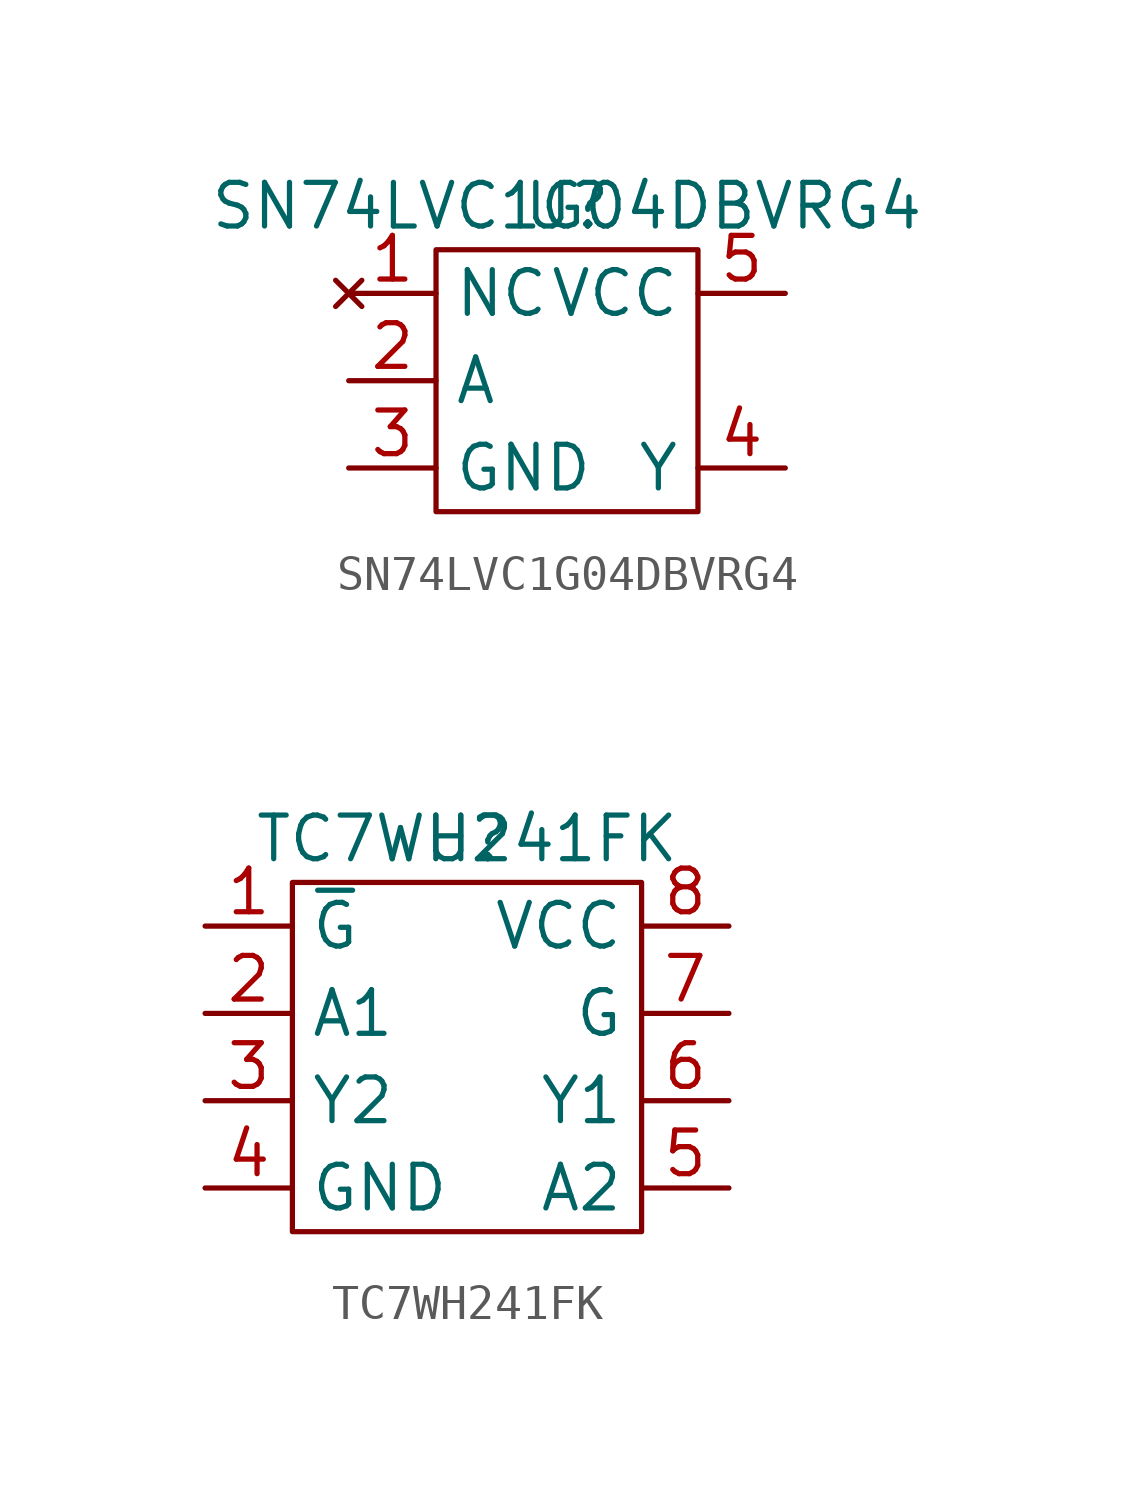
<source format=kicad_sym>
(kicad_symbol_lib
  (version 20211014)
  (generator kicad_symbol_editor)
  (symbol "SN74LVC1G04DBVRG4"
    (property "Reference" "U"
      (at 0 0 0)
      (effects (font (size 1.27 1.27))))
    (property "Value" "SN74LVC1G04DBVRG4"
      (at 0 0 0)
      (effects (font (size 1.27 1.27))))
    (symbol "SN74LVC1G04DBVRG4_0_1"
      (rectangle (start -3.81 -1.27) (end 3.81 -8.89) (stroke (width 0) (type default) (color 0 0 0 0)) (fill (type none))))
    (symbol "SN74LVC1G04DBVRG4_1_1"
      (pin no_connect line (at -6.35 -2.54 0) (length 2.54) (name "NC" (effects (font (size 1.27 1.27)))) (number "1" (effects (font (size 1.27 1.27)))))
      (pin passive line (at -6.35 -5.08 0) (length 2.54) (name "A" (effects (font (size 1.27 1.27)))) (number "2" (effects (font (size 1.27 1.27)))))
      (pin passive line (at -6.35 -7.62 0) (length 2.54) (name "GND" (effects (font (size 1.27 1.27)))) (number "3" (effects (font (size 1.27 1.27)))))
      (pin passive line (at 6.35 -7.62 180) (length 2.54) (name "Y" (effects (font (size 1.27 1.27)))) (number "4" (effects (font (size 1.27 1.27)))))
      (pin power_in line (at 6.35 -2.54 180) (length 2.54) (name "VCC" (effects (font (size 1.27 1.27)))) (number "5" (effects (font (size 1.27 1.27)))))))
  (symbol "TC7WH241FK"
    (property "Reference" "U"
      (at 0 0 0)
      (effects (font (size 1.27 1.27))))
    (property "Value" "TC7WH241FK"
      (at 0 0 0)
      (effects (font (size 1.27 1.27))))
    (symbol "TC7WH241FK_0_1"
      (rectangle (start -5.08 -1.27) (end 5.08 -11.43) (stroke (width 0) (type default) (color 0 0 0 0)) (fill (type none))))
    (symbol "TC7WH241FK_1_1"
      (pin passive line (at -7.62 -2.54 0) (length 2.54) (name "~{G}" (effects (font (size 1.27 1.27)))) (number "1" (effects (font (size 1.27 1.27)))))
      (pin passive line (at -7.62 -5.08 0) (length 2.54) (name "A1" (effects (font (size 1.27 1.27)))) (number "2" (effects (font (size 1.27 1.27)))))
      (pin passive line (at -7.62 -7.62 0) (length 2.54) (name "Y2" (effects (font (size 1.27 1.27)))) (number "3" (effects (font (size 1.27 1.27)))))
      (pin passive line (at -7.62 -10.16 0) (length 2.54) (name "GND" (effects (font (size 1.27 1.27)))) (number "4" (effects (font (size 1.27 1.27)))))
      (pin passive line (at 7.62 -10.16 180) (length 2.54) (name "A2" (effects (font (size 1.27 1.27)))) (number "5" (effects (font (size 1.27 1.27)))))
      (pin passive line (at 7.62 -7.62 180) (length 2.54) (name "Y1" (effects (font (size 1.27 1.27)))) (number "6" (effects (font (size 1.27 1.27)))))
      (pin passive line (at 7.62 -5.08 180) (length 2.54) (name "G" (effects (font (size 1.27 1.27)))) (number "7" (effects (font (size 1.27 1.27)))))
      (pin power_in line (at 7.62 -2.54 180) (length 2.54) (name "VCC" (effects (font (size 1.27 1.27)))) (number "8" (effects (font (size 1.27 1.27))))))))
</source>
